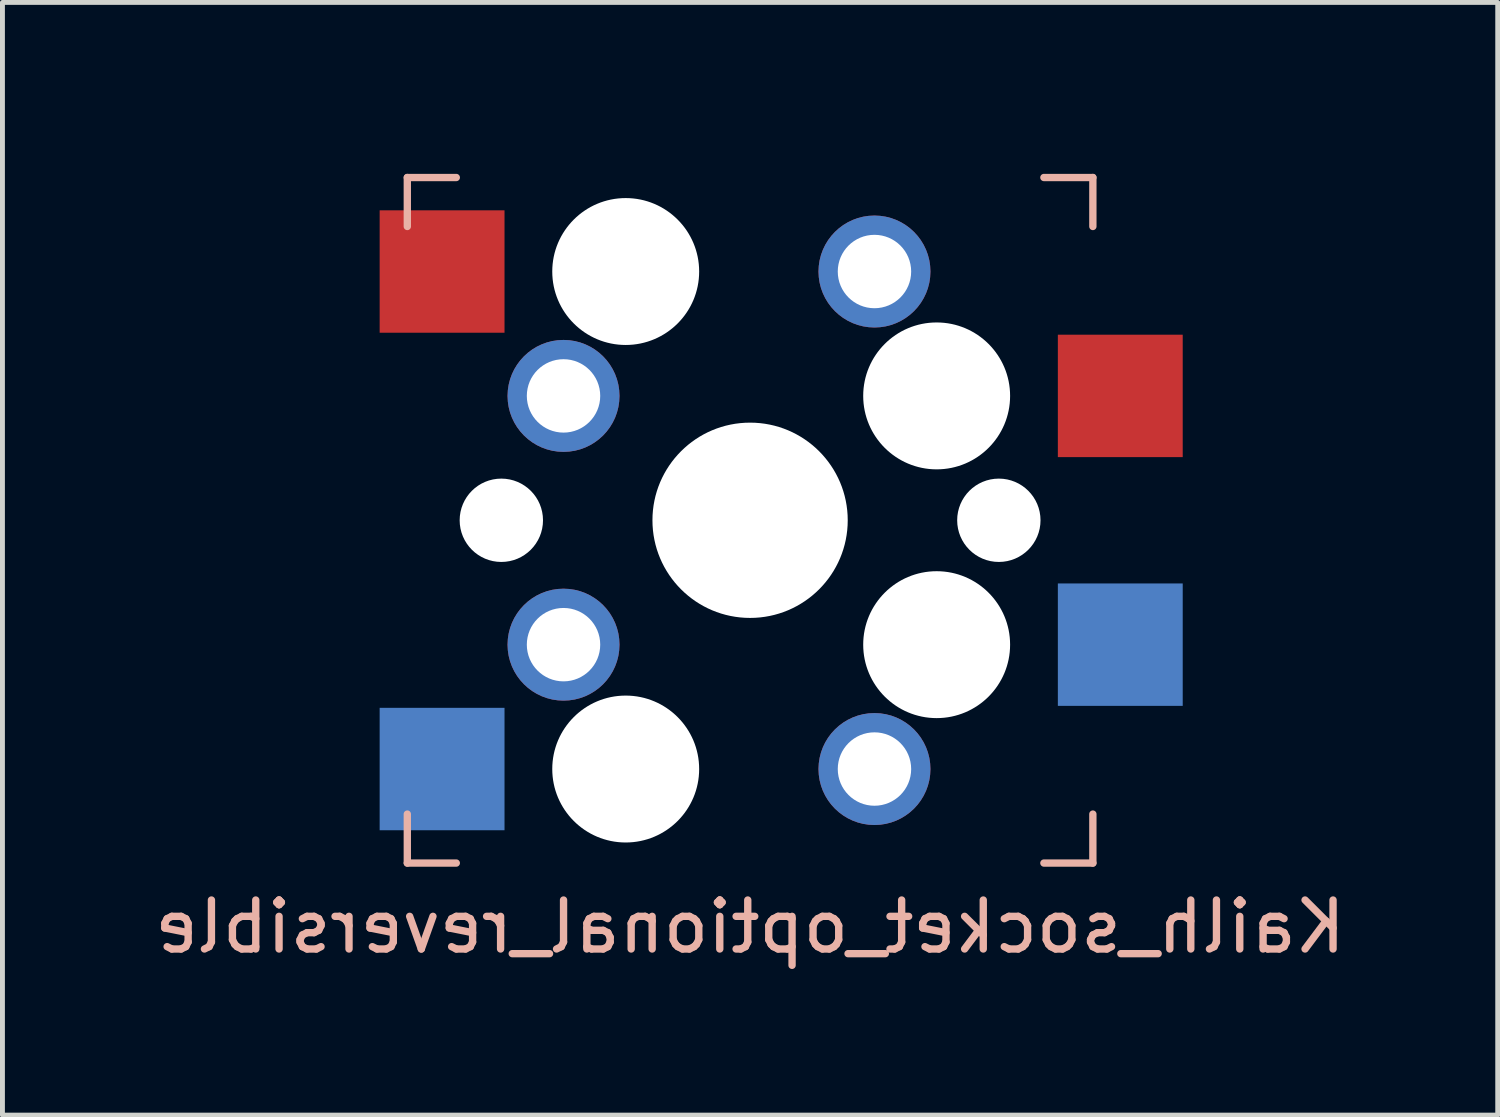
<source format=kicad_pcb>
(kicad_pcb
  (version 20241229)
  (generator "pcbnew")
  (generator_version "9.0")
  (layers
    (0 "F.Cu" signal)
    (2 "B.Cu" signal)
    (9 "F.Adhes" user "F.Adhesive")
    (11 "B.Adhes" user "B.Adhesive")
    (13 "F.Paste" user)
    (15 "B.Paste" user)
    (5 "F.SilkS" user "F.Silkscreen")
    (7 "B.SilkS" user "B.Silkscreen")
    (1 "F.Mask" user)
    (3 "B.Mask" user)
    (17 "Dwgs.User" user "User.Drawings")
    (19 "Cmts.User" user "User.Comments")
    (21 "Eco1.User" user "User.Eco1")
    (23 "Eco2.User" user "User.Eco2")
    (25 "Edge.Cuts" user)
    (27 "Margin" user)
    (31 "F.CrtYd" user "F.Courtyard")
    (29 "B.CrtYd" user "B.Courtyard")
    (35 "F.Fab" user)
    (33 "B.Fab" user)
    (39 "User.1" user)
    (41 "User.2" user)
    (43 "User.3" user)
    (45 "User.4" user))
  (footprint "Kailh_socket_optional_reversible"
    (layer "F.Cu")
    (at 12.268 7.575)
    (property "Reference" "Kailh_socket_optional_reversible" (at 0 8.3 0) (layer "B.SilkS") (effects (font (size 1 1) (thickness 0.15)) (justify mirror)))
    (attr through_hole)
    (fp_line (start -7 -7) (end -6 -7) (stroke (width 0.15) (type solid)) (layer "B.SilkS"))
    (fp_line (start -7 -6) (end -7 -7) (stroke (width 0.15) (type solid)) (layer "B.SilkS"))
    (fp_line (start -7 7) (end -7 6) (stroke (width 0.15) (type solid)) (layer "B.SilkS"))
    (fp_line (start -6 7) (end -7 7) (stroke (width 0.15) (type solid)) (layer "B.SilkS"))
    (fp_line (start 6 -7) (end 7 -7) (stroke (width 0.15) (type solid)) (layer "B.SilkS"))
    (fp_line (start 7 -7) (end 7 -6) (stroke (width 0.15) (type solid)) (layer "B.SilkS"))
    (fp_line (start 7 6) (end 7 7) (stroke (width 0.15) (type solid)) (layer "B.SilkS"))
    (fp_line (start 7 7) (end 6 7) (stroke (width 0.15) (type solid)) (layer "B.SilkS"))
    (fp_line (start -7.5 -7.5) (end 7.5 -7.5) (stroke (width 0.15) (type solid)) (layer "Eco2.User"))
    (fp_line (start -7.5 7.5) (end -7.5 -7.5) (stroke (width 0.15) (type solid)) (layer "Eco2.User"))
    (fp_line (start -6.9 6.9) (end -6.9 -6.9) (stroke (width 0.15) (type solid)) (layer "Eco2.User"))
    (fp_line (start -6.9 6.9) (end 6.9 6.9) (stroke (width 0.15) (type solid)) (layer "Eco2.User"))
    (fp_line (start 6.9 -6.9) (end -6.9 -6.9) (stroke (width 0.15) (type solid)) (layer "Eco2.User"))
    (fp_line (start 6.9 -6.9) (end 6.9 6.9) (stroke (width 0.15) (type solid)) (layer "Eco2.User"))
    (fp_line (start 7.5 -7.5) (end 7.5 7.5) (stroke (width 0.15) (type solid)) (layer "Eco2.User"))
    (fp_line (start 7.5 7.5) (end -7.5 7.5) (stroke (width 0.15) (type solid)) (layer "Eco2.User"))
    (pad "" np_thru_hole circle (at -5.08 0) (size 1.702 1.702) (drill 1.702) (layers "*.Cu" "*.Mask"))
    (pad "" np_thru_hole circle (at -2.54 -5.08) (size 3 3) (drill 3) (layers "*.Cu" "*.Mask"))
    (pad "" np_thru_hole circle (at -2.54 5.08) (size 3 3) (drill 3) (layers "*.Cu" "*.Mask"))
    (pad "" np_thru_hole circle (at 0 0) (size 3.988 3.988) (drill 3.988) (layers "*.Cu" "*.Mask"))
    (pad "" np_thru_hole circle (at 3.81 -2.54) (size 3 3) (drill 3) (layers "*.Cu" "*.Mask"))
    (pad "" np_thru_hole circle (at 3.81 2.54) (size 3 3) (drill 3) (layers "*.Cu" "*.Mask"))
    (pad "" np_thru_hole circle (at 5.08 0) (size 1.702 1.702) (drill 1.702) (layers "*.Cu" "*.Mask"))
    (pad "1" smd rect (at -6.29 -5.08) (size 2.55 2.5) (layers "F.Cu" "F.Mask" "F.Paste"))
    (pad "1" smd rect (at -6.29 5.08) (size 2.55 2.5) (layers "B.Cu" "B.Mask" "B.Paste"))
    (pad "1" thru_hole circle (at -3.81 -2.54) (size 2.286 2.286) (drill 1.499) (layers "*.Cu" "*.Mask"))
    (pad "1" thru_hole circle (at -3.81 2.54) (size 2.286 2.286) (drill 1.499) (layers "*.Cu" "*.Mask"))
    (pad "2" thru_hole circle (at 2.54 -5.08) (size 2.286 2.286) (drill 1.499) (layers "*.Cu" "*.Mask"))
    (pad "2" thru_hole circle (at 2.54 5.08) (size 2.286 2.286) (drill 1.499) (layers "*.Cu" "*.Mask"))
    (pad "2" smd rect (at 7.56 -2.54) (size 2.55 2.5) (layers "F.Cu" "F.Mask" "F.Paste"))
    (pad "2" smd rect (at 7.56 2.54) (size 2.55 2.5) (layers "B.Cu" "B.Mask" "B.Paste")))
  (gr_rect
    (start -3 -3)
    (end 27.536 19.723)
    (stroke (width 0.1) (type default))
    (fill no)
    (layer "Edge.Cuts")))
</source>
